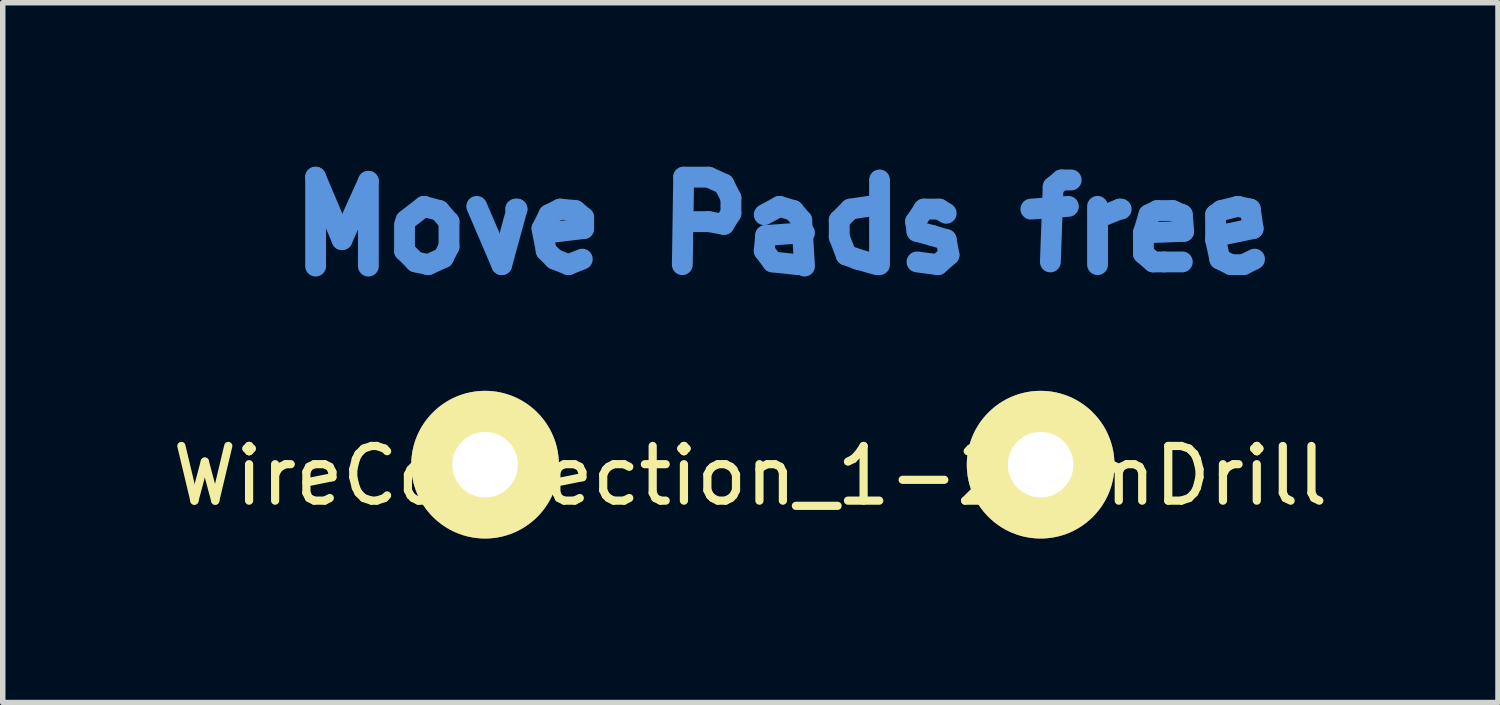
<source format=kicad_pcb>
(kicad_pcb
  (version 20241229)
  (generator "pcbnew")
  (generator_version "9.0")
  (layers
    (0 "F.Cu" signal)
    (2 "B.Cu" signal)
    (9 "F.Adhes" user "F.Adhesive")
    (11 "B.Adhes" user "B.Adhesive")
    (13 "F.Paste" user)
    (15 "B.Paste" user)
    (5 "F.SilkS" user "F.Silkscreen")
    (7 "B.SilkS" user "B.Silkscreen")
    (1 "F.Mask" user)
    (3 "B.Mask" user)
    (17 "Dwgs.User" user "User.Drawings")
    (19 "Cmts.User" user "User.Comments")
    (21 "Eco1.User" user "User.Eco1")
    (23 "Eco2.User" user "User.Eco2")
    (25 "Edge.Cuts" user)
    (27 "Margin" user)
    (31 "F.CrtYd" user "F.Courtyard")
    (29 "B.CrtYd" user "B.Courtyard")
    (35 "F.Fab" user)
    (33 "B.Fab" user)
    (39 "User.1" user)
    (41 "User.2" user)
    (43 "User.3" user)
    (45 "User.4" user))
  (footprint "WireConnection_1-2mmDrill"
    (layer "F.Cu")
    (at 10.901 5.448)
    (property "Reference" "WireConnection_1-2mmDrill" (at -0.229 0.203 0) (layer "F.SilkS") (effects (font (size 1 1) (thickness 0.15))))
    (attr through_hole)
    (fp_line (start -8.179 -5.258) (end -7.696 -4.115) (stroke (width 0.381) (type solid)) (layer "Cmts.User"))
    (fp_line (start -8.179 -3.632) (end -8.179 -5.258) (stroke (width 0.381) (type solid)) (layer "Cmts.User"))
    (fp_line (start -7.696 -4.115) (end -7.214 -5.182) (stroke (width 0.381) (type solid)) (layer "Cmts.User"))
    (fp_line (start -7.214 -5.182) (end -7.214 -3.632) (stroke (width 0.381) (type solid)) (layer "Cmts.User"))
    (fp_line (start -6.553 -4.394) (end -6.553 -3.912) (stroke (width 0.381) (type solid)) (layer "Cmts.User"))
    (fp_line (start -6.553 -3.912) (end -6.35 -3.708) (stroke (width 0.381) (type solid)) (layer "Cmts.User"))
    (fp_line (start -6.35 -3.708) (end -6.121 -3.658) (stroke (width 0.381) (type solid)) (layer "Cmts.User"))
    (fp_line (start -6.198 -4.724) (end -6.528 -4.47) (stroke (width 0.381) (type solid)) (layer "Cmts.User"))
    (fp_line (start -6.121 -3.658) (end -5.842 -3.785) (stroke (width 0.381) (type solid)) (layer "Cmts.User"))
    (fp_line (start -5.918 -4.648) (end -6.198 -4.724) (stroke (width 0.381) (type solid)) (layer "Cmts.User"))
    (fp_line (start -5.842 -3.785) (end -5.74 -3.988) (stroke (width 0.381) (type solid)) (layer "Cmts.User"))
    (fp_line (start -5.74 -4.445) (end -5.918 -4.648) (stroke (width 0.381) (type solid)) (layer "Cmts.User"))
    (fp_line (start -5.74 -3.988) (end -5.74 -4.445) (stroke (width 0.381) (type solid)) (layer "Cmts.User"))
    (fp_line (start -5.232 -4.724) (end -4.775 -3.658) (stroke (width 0.381) (type solid)) (layer "Cmts.User"))
    (fp_line (start -4.775 -3.658) (end -4.496 -4.674) (stroke (width 0.381) (type solid)) (layer "Cmts.User"))
    (fp_line (start -4.496 -4.674) (end -4.521 -4.674) (stroke (width 0.381) (type solid)) (layer "Cmts.User"))
    (fp_line (start -4.039 -4.318) (end -3.912 -4.572) (stroke (width 0.381) (type solid)) (layer "Cmts.User"))
    (fp_line (start -3.962 -3.912) (end -4.039 -4.318) (stroke (width 0.381) (type solid)) (layer "Cmts.User"))
    (fp_line (start -3.912 -4.572) (end -3.708 -4.674) (stroke (width 0.381) (type solid)) (layer "Cmts.User"))
    (fp_line (start -3.81 -3.759) (end -3.962 -3.912) (stroke (width 0.381) (type solid)) (layer "Cmts.User"))
    (fp_line (start -3.708 -4.674) (end -3.429 -4.648) (stroke (width 0.381) (type solid)) (layer "Cmts.User"))
    (fp_line (start -3.556 -3.658) (end -3.81 -3.759) (stroke (width 0.381) (type solid)) (layer "Cmts.User"))
    (fp_line (start -3.429 -4.648) (end -3.277 -4.521) (stroke (width 0.381) (type solid)) (layer "Cmts.User"))
    (fp_line (start -3.302 -3.759) (end -3.556 -3.658) (stroke (width 0.381) (type solid)) (layer "Cmts.User"))
    (fp_line (start -3.277 -4.521) (end -3.277 -4.318) (stroke (width 0.381) (type solid)) (layer "Cmts.User"))
    (fp_line (start -3.277 -4.318) (end -3.912 -4.242) (stroke (width 0.381) (type solid)) (layer "Cmts.User"))
    (fp_line (start -1.473 -3.658) (end -1.448 -5.258) (stroke (width 0.381) (type solid)) (layer "Cmts.User"))
    (fp_line (start -1.448 -5.258) (end -0.991 -5.258) (stroke (width 0.381) (type solid)) (layer "Cmts.User"))
    (fp_line (start -0.991 -5.258) (end -0.711 -5.131) (stroke (width 0.381) (type solid)) (layer "Cmts.User"))
    (fp_line (start -0.991 -4.445) (end -1.448 -4.445) (stroke (width 0.381) (type solid)) (layer "Cmts.User"))
    (fp_line (start -0.711 -5.131) (end -0.584 -4.877) (stroke (width 0.381) (type solid)) (layer "Cmts.User"))
    (fp_line (start -0.711 -4.394) (end -0.991 -4.445) (stroke (width 0.381) (type solid)) (layer "Cmts.User"))
    (fp_line (start -0.584 -4.877) (end -0.584 -4.597) (stroke (width 0.381) (type solid)) (layer "Cmts.User"))
    (fp_line (start -0.584 -4.597) (end -0.711 -4.394) (stroke (width 0.381) (type solid)) (layer "Cmts.User"))
    (fp_line (start 0.025 -4.572) (end 0.305 -4.724) (stroke (width 0.381) (type solid)) (layer "Cmts.User"))
    (fp_line (start 0.025 -3.912) (end 0.051 -4.191) (stroke (width 0.381) (type solid)) (layer "Cmts.User"))
    (fp_line (start 0.051 -4.191) (end 0.762 -4.242) (stroke (width 0.381) (type solid)) (layer "Cmts.User"))
    (fp_line (start 0.178 -3.708) (end 0.025 -3.912) (stroke (width 0.381) (type solid)) (layer "Cmts.User"))
    (fp_line (start 0.305 -4.724) (end 0.559 -4.648) (stroke (width 0.381) (type solid)) (layer "Cmts.User"))
    (fp_line (start 0.559 -4.648) (end 0.711 -4.47) (stroke (width 0.381) (type solid)) (layer "Cmts.User"))
    (fp_line (start 0.635 -3.658) (end 0.178 -3.708) (stroke (width 0.381) (type solid)) (layer "Cmts.User"))
    (fp_line (start 0.711 -4.47) (end 0.762 -3.632) (stroke (width 0.381) (type solid)) (layer "Cmts.User"))
    (fp_line (start 1.397 -4.47) (end 1.6 -4.674) (stroke (width 0.381) (type solid)) (layer "Cmts.User"))
    (fp_line (start 1.397 -4.166) (end 1.397 -4.47) (stroke (width 0.381) (type solid)) (layer "Cmts.User"))
    (fp_line (start 1.524 -3.835) (end 1.397 -4.166) (stroke (width 0.381) (type solid)) (layer "Cmts.User"))
    (fp_line (start 1.6 -4.674) (end 1.93 -4.724) (stroke (width 0.381) (type solid)) (layer "Cmts.User"))
    (fp_line (start 1.727 -3.759) (end 1.524 -3.835) (stroke (width 0.381) (type solid)) (layer "Cmts.User"))
    (fp_line (start 2.083 -3.658) (end 1.727 -3.759) (stroke (width 0.381) (type solid)) (layer "Cmts.User"))
    (fp_line (start 2.134 -5.207) (end 2.134 -3.658) (stroke (width 0.381) (type solid)) (layer "Cmts.User"))
    (fp_line (start 2.794 -4.445) (end 2.819 -4.267) (stroke (width 0.381) (type solid)) (layer "Cmts.User"))
    (fp_line (start 2.819 -4.267) (end 3.099 -4.191) (stroke (width 0.381) (type solid)) (layer "Cmts.User"))
    (fp_line (start 2.946 -4.674) (end 2.794 -4.445) (stroke (width 0.381) (type solid)) (layer "Cmts.User"))
    (fp_line (start 3.099 -4.191) (end 3.353 -4.115) (stroke (width 0.381) (type solid)) (layer "Cmts.User"))
    (fp_line (start 3.2 -3.658) (end 2.819 -3.708) (stroke (width 0.381) (type solid)) (layer "Cmts.User"))
    (fp_line (start 3.226 -4.674) (end 2.946 -4.674) (stroke (width 0.381) (type solid)) (layer "Cmts.User"))
    (fp_line (start 3.353 -4.597) (end 3.226 -4.674) (stroke (width 0.381) (type solid)) (layer "Cmts.User"))
    (fp_line (start 3.353 -4.115) (end 3.404 -3.835) (stroke (width 0.381) (type solid)) (layer "Cmts.User"))
    (fp_line (start 3.404 -3.835) (end 3.2 -3.658) (stroke (width 0.381) (type solid)) (layer "Cmts.User"))
    (fp_line (start 4.902 -4.674) (end 5.588 -4.724) (stroke (width 0.381) (type solid)) (layer "Cmts.User"))
    (fp_line (start 5.309 -5.08) (end 5.258 -3.708) (stroke (width 0.381) (type solid)) (layer "Cmts.User"))
    (fp_line (start 5.461 -5.207) (end 5.309 -5.08) (stroke (width 0.381) (type solid)) (layer "Cmts.User"))
    (fp_line (start 5.639 -5.207) (end 5.461 -5.207) (stroke (width 0.381) (type solid)) (layer "Cmts.User"))
    (fp_line (start 6.121 -4.724) (end 6.121 -3.658) (stroke (width 0.381) (type solid)) (layer "Cmts.User"))
    (fp_line (start 6.147 -4.521) (end 6.528 -4.674) (stroke (width 0.381) (type solid)) (layer "Cmts.User"))
    (fp_line (start 6.528 -4.674) (end 6.553 -4.674) (stroke (width 0.381) (type solid)) (layer "Cmts.User"))
    (fp_line (start 6.96 -4.242) (end 7.061 -4.572) (stroke (width 0.381) (type solid)) (layer "Cmts.User"))
    (fp_line (start 6.96 -3.861) (end 6.96 -4.242) (stroke (width 0.381) (type solid)) (layer "Cmts.User"))
    (fp_line (start 7.061 -4.572) (end 7.214 -4.648) (stroke (width 0.381) (type solid)) (layer "Cmts.User"))
    (fp_line (start 7.137 -3.708) (end 6.96 -3.861) (stroke (width 0.381) (type solid)) (layer "Cmts.User"))
    (fp_line (start 7.214 -4.648) (end 7.493 -4.648) (stroke (width 0.381) (type solid)) (layer "Cmts.User"))
    (fp_line (start 7.341 -3.708) (end 7.137 -3.708) (stroke (width 0.381) (type solid)) (layer "Cmts.User"))
    (fp_line (start 7.493 -4.648) (end 7.671 -4.572) (stroke (width 0.381) (type solid)) (layer "Cmts.User"))
    (fp_line (start 7.671 -4.572) (end 7.696 -4.267) (stroke (width 0.381) (type solid)) (layer "Cmts.User"))
    (fp_line (start 7.671 -3.708) (end 7.341 -3.708) (stroke (width 0.381) (type solid)) (layer "Cmts.User"))
    (fp_line (start 7.696 -4.267) (end 7.061 -4.242) (stroke (width 0.381) (type solid)) (layer "Cmts.User"))
    (fp_line (start 8.28 -4.572) (end 8.382 -4.648) (stroke (width 0.381) (type solid)) (layer "Cmts.User"))
    (fp_line (start 8.28 -4.115) (end 8.28 -4.572) (stroke (width 0.381) (type solid)) (layer "Cmts.User"))
    (fp_line (start 8.357 -4.191) (end 8.357 -4.242) (stroke (width 0.381) (type solid)) (layer "Cmts.User"))
    (fp_line (start 8.357 -3.759) (end 8.28 -4.115) (stroke (width 0.381) (type solid)) (layer "Cmts.User"))
    (fp_line (start 8.382 -4.648) (end 8.687 -4.724) (stroke (width 0.381) (type solid)) (layer "Cmts.User"))
    (fp_line (start 8.56 -3.658) (end 8.357 -3.759) (stroke (width 0.381) (type solid)) (layer "Cmts.User"))
    (fp_line (start 8.687 -4.724) (end 8.915 -4.674) (stroke (width 0.381) (type solid)) (layer "Cmts.User"))
    (fp_line (start 8.788 -3.658) (end 8.56 -3.658) (stroke (width 0.381) (type solid)) (layer "Cmts.User"))
    (fp_line (start 8.915 -4.674) (end 8.966 -4.318) (stroke (width 0.381) (type solid)) (layer "Cmts.User"))
    (fp_line (start 8.966 -4.318) (end 8.357 -4.191) (stroke (width 0.381) (type solid)) (layer "Cmts.User"))
    (fp_line (start 8.992 -3.759) (end 8.788 -3.658) (stroke (width 0.381) (type solid)) (layer "Cmts.User"))
    (pad "1" thru_hole circle (at -5.08 0) (size 2.7 2.7) (drill 1.199) (layers "*.Cu" "*.Mask" "F.SilkS"))
    (pad "2" thru_hole circle (at 5.08 0) (size 2.7 2.7) (drill 1.199) (layers "*.Cu" "*.Mask" "F.SilkS")))
  (gr_rect
    (start -3 -3)
    (end 24.345 9.798)
    (stroke (width 0.1) (type default))
    (fill no)
    (layer "Edge.Cuts")))
</source>
